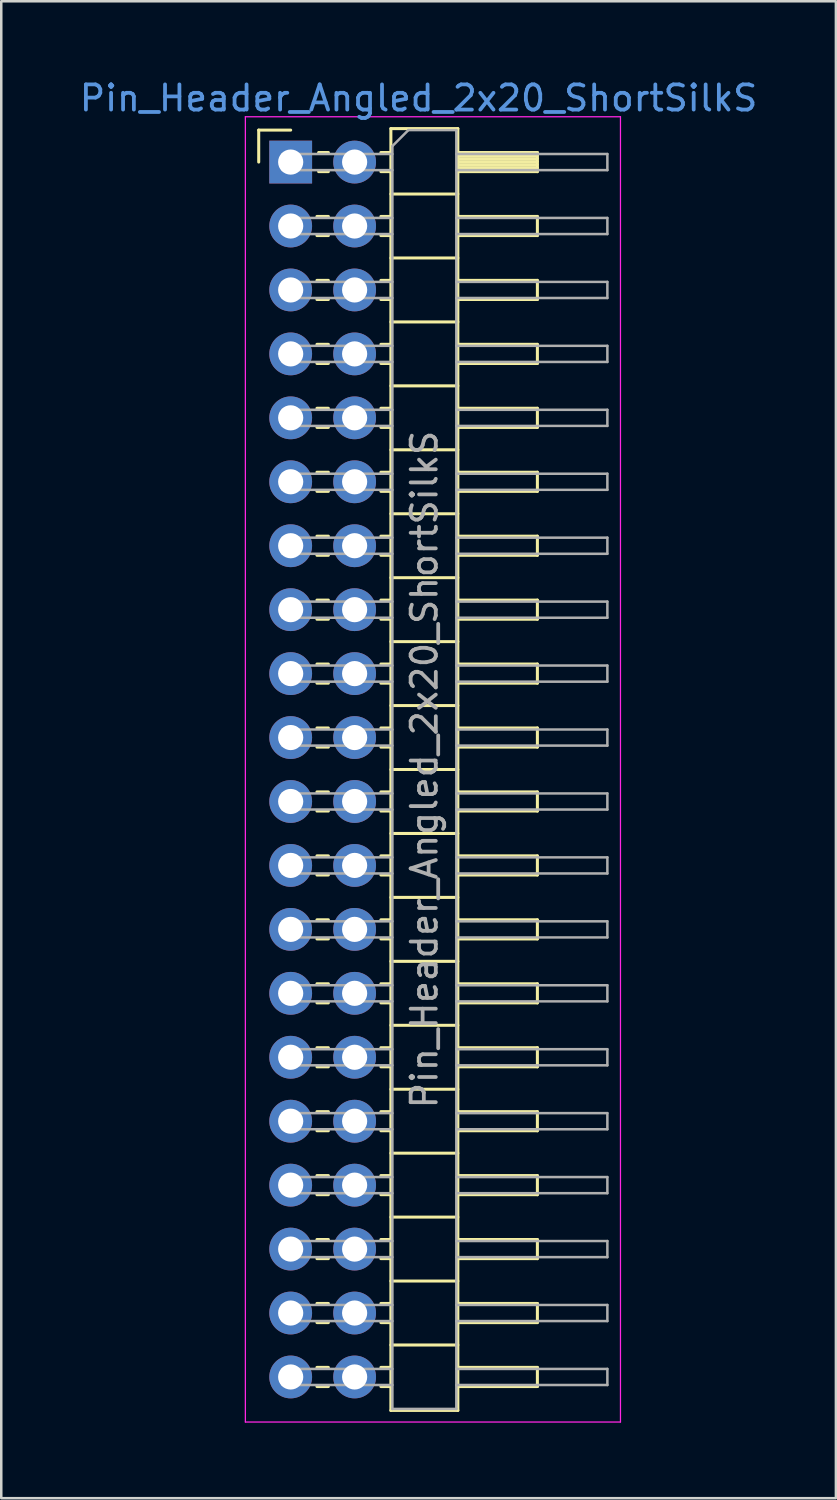
<source format=kicad_pcb>
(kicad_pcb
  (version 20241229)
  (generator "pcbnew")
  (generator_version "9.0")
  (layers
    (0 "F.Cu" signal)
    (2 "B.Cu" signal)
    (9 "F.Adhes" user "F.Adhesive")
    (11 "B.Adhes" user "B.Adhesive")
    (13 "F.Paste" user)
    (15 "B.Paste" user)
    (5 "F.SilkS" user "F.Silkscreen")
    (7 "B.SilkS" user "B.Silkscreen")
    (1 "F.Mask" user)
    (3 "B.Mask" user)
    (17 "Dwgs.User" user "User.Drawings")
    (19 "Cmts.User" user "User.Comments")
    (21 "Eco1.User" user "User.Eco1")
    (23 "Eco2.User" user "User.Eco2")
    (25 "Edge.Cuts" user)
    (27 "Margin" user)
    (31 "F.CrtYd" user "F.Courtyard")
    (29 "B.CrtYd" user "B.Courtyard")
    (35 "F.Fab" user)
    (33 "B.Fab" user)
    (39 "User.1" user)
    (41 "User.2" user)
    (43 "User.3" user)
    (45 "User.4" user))
  (footprint "Pin_Header_Angled_2x20_ShortSilkS"
    (layer "F.Cu")
    (at 8.497 3.388)
    (property "Reference" "Pin_Header_Angled_2x20_ShortSilkS" (at 5.08 -2.54 0) (layer "Cmts.User") (effects (font (size 1 1) (thickness 0.15))))
    (attr through_hole)
    (fp_line (start -1.27 -1.27) (end 0 -1.27) (stroke (width 0.12) (type solid)) (layer "F.SilkS"))
    (fp_line (start -1.27 0) (end -1.27 -1.27) (stroke (width 0.12) (type solid)) (layer "F.SilkS"))
    (fp_line (start 1.043 2.16) (end 1.497 2.16) (stroke (width 0.12) (type solid)) (layer "F.SilkS"))
    (fp_line (start 1.043 2.92) (end 1.497 2.92) (stroke (width 0.12) (type solid)) (layer "F.SilkS"))
    (fp_line (start 1.043 4.7) (end 1.497 4.7) (stroke (width 0.12) (type solid)) (layer "F.SilkS"))
    (fp_line (start 1.043 5.46) (end 1.497 5.46) (stroke (width 0.12) (type solid)) (layer "F.SilkS"))
    (fp_line (start 1.043 7.24) (end 1.497 7.24) (stroke (width 0.12) (type solid)) (layer "F.SilkS"))
    (fp_line (start 1.043 8) (end 1.497 8) (stroke (width 0.12) (type solid)) (layer "F.SilkS"))
    (fp_line (start 1.043 9.78) (end 1.497 9.78) (stroke (width 0.12) (type solid)) (layer "F.SilkS"))
    (fp_line (start 1.043 10.54) (end 1.497 10.54) (stroke (width 0.12) (type solid)) (layer "F.SilkS"))
    (fp_line (start 1.043 12.32) (end 1.497 12.32) (stroke (width 0.12) (type solid)) (layer "F.SilkS"))
    (fp_line (start 1.043 13.08) (end 1.497 13.08) (stroke (width 0.12) (type solid)) (layer "F.SilkS"))
    (fp_line (start 1.043 14.86) (end 1.497 14.86) (stroke (width 0.12) (type solid)) (layer "F.SilkS"))
    (fp_line (start 1.043 15.62) (end 1.497 15.62) (stroke (width 0.12) (type solid)) (layer "F.SilkS"))
    (fp_line (start 1.043 17.4) (end 1.497 17.4) (stroke (width 0.12) (type solid)) (layer "F.SilkS"))
    (fp_line (start 1.043 18.16) (end 1.497 18.16) (stroke (width 0.12) (type solid)) (layer "F.SilkS"))
    (fp_line (start 1.043 19.94) (end 1.497 19.94) (stroke (width 0.12) (type solid)) (layer "F.SilkS"))
    (fp_line (start 1.043 20.7) (end 1.497 20.7) (stroke (width 0.12) (type solid)) (layer "F.SilkS"))
    (fp_line (start 1.043 22.48) (end 1.497 22.48) (stroke (width 0.12) (type solid)) (layer "F.SilkS"))
    (fp_line (start 1.043 23.24) (end 1.497 23.24) (stroke (width 0.12) (type solid)) (layer "F.SilkS"))
    (fp_line (start 1.043 25.02) (end 1.497 25.02) (stroke (width 0.12) (type solid)) (layer "F.SilkS"))
    (fp_line (start 1.043 25.78) (end 1.497 25.78) (stroke (width 0.12) (type solid)) (layer "F.SilkS"))
    (fp_line (start 1.043 27.56) (end 1.497 27.56) (stroke (width 0.12) (type solid)) (layer "F.SilkS"))
    (fp_line (start 1.043 28.32) (end 1.497 28.32) (stroke (width 0.12) (type solid)) (layer "F.SilkS"))
    (fp_line (start 1.043 30.1) (end 1.497 30.1) (stroke (width 0.12) (type solid)) (layer "F.SilkS"))
    (fp_line (start 1.043 30.86) (end 1.497 30.86) (stroke (width 0.12) (type solid)) (layer "F.SilkS"))
    (fp_line (start 1.043 32.64) (end 1.497 32.64) (stroke (width 0.12) (type solid)) (layer "F.SilkS"))
    (fp_line (start 1.043 33.4) (end 1.497 33.4) (stroke (width 0.12) (type solid)) (layer "F.SilkS"))
    (fp_line (start 1.043 35.18) (end 1.497 35.18) (stroke (width 0.12) (type solid)) (layer "F.SilkS"))
    (fp_line (start 1.043 35.94) (end 1.497 35.94) (stroke (width 0.12) (type solid)) (layer "F.SilkS"))
    (fp_line (start 1.043 37.72) (end 1.497 37.72) (stroke (width 0.12) (type solid)) (layer "F.SilkS"))
    (fp_line (start 1.043 38.48) (end 1.497 38.48) (stroke (width 0.12) (type solid)) (layer "F.SilkS"))
    (fp_line (start 1.043 40.26) (end 1.497 40.26) (stroke (width 0.12) (type solid)) (layer "F.SilkS"))
    (fp_line (start 1.043 41.02) (end 1.497 41.02) (stroke (width 0.12) (type solid)) (layer "F.SilkS"))
    (fp_line (start 1.043 42.8) (end 1.497 42.8) (stroke (width 0.12) (type solid)) (layer "F.SilkS"))
    (fp_line (start 1.043 43.56) (end 1.497 43.56) (stroke (width 0.12) (type solid)) (layer "F.SilkS"))
    (fp_line (start 1.043 45.34) (end 1.497 45.34) (stroke (width 0.12) (type solid)) (layer "F.SilkS"))
    (fp_line (start 1.043 46.1) (end 1.497 46.1) (stroke (width 0.12) (type solid)) (layer "F.SilkS"))
    (fp_line (start 1.043 47.88) (end 1.497 47.88) (stroke (width 0.12) (type solid)) (layer "F.SilkS"))
    (fp_line (start 1.043 48.64) (end 1.497 48.64) (stroke (width 0.12) (type solid)) (layer "F.SilkS"))
    (fp_line (start 1.11 -0.38) (end 1.497 -0.38) (stroke (width 0.12) (type solid)) (layer "F.SilkS"))
    (fp_line (start 1.11 0.38) (end 1.497 0.38) (stroke (width 0.12) (type solid)) (layer "F.SilkS"))
    (fp_line (start 3.583 -0.38) (end 3.98 -0.38) (stroke (width 0.12) (type solid)) (layer "F.SilkS"))
    (fp_line (start 3.583 0.38) (end 3.98 0.38) (stroke (width 0.12) (type solid)) (layer "F.SilkS"))
    (fp_line (start 3.583 2.16) (end 3.98 2.16) (stroke (width 0.12) (type solid)) (layer "F.SilkS"))
    (fp_line (start 3.583 2.92) (end 3.98 2.92) (stroke (width 0.12) (type solid)) (layer "F.SilkS"))
    (fp_line (start 3.583 4.7) (end 3.98 4.7) (stroke (width 0.12) (type solid)) (layer "F.SilkS"))
    (fp_line (start 3.583 5.46) (end 3.98 5.46) (stroke (width 0.12) (type solid)) (layer "F.SilkS"))
    (fp_line (start 3.583 7.24) (end 3.98 7.24) (stroke (width 0.12) (type solid)) (layer "F.SilkS"))
    (fp_line (start 3.583 8) (end 3.98 8) (stroke (width 0.12) (type solid)) (layer "F.SilkS"))
    (fp_line (start 3.583 9.78) (end 3.98 9.78) (stroke (width 0.12) (type solid)) (layer "F.SilkS"))
    (fp_line (start 3.583 10.54) (end 3.98 10.54) (stroke (width 0.12) (type solid)) (layer "F.SilkS"))
    (fp_line (start 3.583 12.32) (end 3.98 12.32) (stroke (width 0.12) (type solid)) (layer "F.SilkS"))
    (fp_line (start 3.583 13.08) (end 3.98 13.08) (stroke (width 0.12) (type solid)) (layer "F.SilkS"))
    (fp_line (start 3.583 14.86) (end 3.98 14.86) (stroke (width 0.12) (type solid)) (layer "F.SilkS"))
    (fp_line (start 3.583 15.62) (end 3.98 15.62) (stroke (width 0.12) (type solid)) (layer "F.SilkS"))
    (fp_line (start 3.583 17.4) (end 3.98 17.4) (stroke (width 0.12) (type solid)) (layer "F.SilkS"))
    (fp_line (start 3.583 18.16) (end 3.98 18.16) (stroke (width 0.12) (type solid)) (layer "F.SilkS"))
    (fp_line (start 3.583 19.94) (end 3.98 19.94) (stroke (width 0.12) (type solid)) (layer "F.SilkS"))
    (fp_line (start 3.583 20.7) (end 3.98 20.7) (stroke (width 0.12) (type solid)) (layer "F.SilkS"))
    (fp_line (start 3.583 22.48) (end 3.98 22.48) (stroke (width 0.12) (type solid)) (layer "F.SilkS"))
    (fp_line (start 3.583 23.24) (end 3.98 23.24) (stroke (width 0.12) (type solid)) (layer "F.SilkS"))
    (fp_line (start 3.583 25.02) (end 3.98 25.02) (stroke (width 0.12) (type solid)) (layer "F.SilkS"))
    (fp_line (start 3.583 25.78) (end 3.98 25.78) (stroke (width 0.12) (type solid)) (layer "F.SilkS"))
    (fp_line (start 3.583 27.56) (end 3.98 27.56) (stroke (width 0.12) (type solid)) (layer "F.SilkS"))
    (fp_line (start 3.583 28.32) (end 3.98 28.32) (stroke (width 0.12) (type solid)) (layer "F.SilkS"))
    (fp_line (start 3.583 30.1) (end 3.98 30.1) (stroke (width 0.12) (type solid)) (layer "F.SilkS"))
    (fp_line (start 3.583 30.86) (end 3.98 30.86) (stroke (width 0.12) (type solid)) (layer "F.SilkS"))
    (fp_line (start 3.583 32.64) (end 3.98 32.64) (stroke (width 0.12) (type solid)) (layer "F.SilkS"))
    (fp_line (start 3.583 33.4) (end 3.98 33.4) (stroke (width 0.12) (type solid)) (layer "F.SilkS"))
    (fp_line (start 3.583 35.18) (end 3.98 35.18) (stroke (width 0.12) (type solid)) (layer "F.SilkS"))
    (fp_line (start 3.583 35.94) (end 3.98 35.94) (stroke (width 0.12) (type solid)) (layer "F.SilkS"))
    (fp_line (start 3.583 37.72) (end 3.98 37.72) (stroke (width 0.12) (type solid)) (layer "F.SilkS"))
    (fp_line (start 3.583 38.48) (end 3.98 38.48) (stroke (width 0.12) (type solid)) (layer "F.SilkS"))
    (fp_line (start 3.583 40.26) (end 3.98 40.26) (stroke (width 0.12) (type solid)) (layer "F.SilkS"))
    (fp_line (start 3.583 41.02) (end 3.98 41.02) (stroke (width 0.12) (type solid)) (layer "F.SilkS"))
    (fp_line (start 3.583 42.8) (end 3.98 42.8) (stroke (width 0.12) (type solid)) (layer "F.SilkS"))
    (fp_line (start 3.583 43.56) (end 3.98 43.56) (stroke (width 0.12) (type solid)) (layer "F.SilkS"))
    (fp_line (start 3.583 45.34) (end 3.98 45.34) (stroke (width 0.12) (type solid)) (layer "F.SilkS"))
    (fp_line (start 3.583 46.1) (end 3.98 46.1) (stroke (width 0.12) (type solid)) (layer "F.SilkS"))
    (fp_line (start 3.583 47.88) (end 3.98 47.88) (stroke (width 0.12) (type solid)) (layer "F.SilkS"))
    (fp_line (start 3.583 48.64) (end 3.98 48.64) (stroke (width 0.12) (type solid)) (layer "F.SilkS"))
    (fp_line (start 3.98 -1.33) (end 3.98 49.59) (stroke (width 0.12) (type solid)) (layer "F.SilkS"))
    (fp_line (start 3.98 1.27) (end 6.64 1.27) (stroke (width 0.12) (type solid)) (layer "F.SilkS"))
    (fp_line (start 3.98 3.81) (end 6.64 3.81) (stroke (width 0.12) (type solid)) (layer "F.SilkS"))
    (fp_line (start 3.98 6.35) (end 6.64 6.35) (stroke (width 0.12) (type solid)) (layer "F.SilkS"))
    (fp_line (start 3.98 8.89) (end 6.64 8.89) (stroke (width 0.12) (type solid)) (layer "F.SilkS"))
    (fp_line (start 3.98 11.43) (end 6.64 11.43) (stroke (width 0.12) (type solid)) (layer "F.SilkS"))
    (fp_line (start 3.98 13.97) (end 6.64 13.97) (stroke (width 0.12) (type solid)) (layer "F.SilkS"))
    (fp_line (start 3.98 16.51) (end 6.64 16.51) (stroke (width 0.12) (type solid)) (layer "F.SilkS"))
    (fp_line (start 3.98 19.05) (end 6.64 19.05) (stroke (width 0.12) (type solid)) (layer "F.SilkS"))
    (fp_line (start 3.98 21.59) (end 6.64 21.59) (stroke (width 0.12) (type solid)) (layer "F.SilkS"))
    (fp_line (start 3.98 24.13) (end 6.64 24.13) (stroke (width 0.12) (type solid)) (layer "F.SilkS"))
    (fp_line (start 3.98 26.67) (end 6.64 26.67) (stroke (width 0.12) (type solid)) (layer "F.SilkS"))
    (fp_line (start 3.98 29.21) (end 6.64 29.21) (stroke (width 0.12) (type solid)) (layer "F.SilkS"))
    (fp_line (start 3.98 31.75) (end 6.64 31.75) (stroke (width 0.12) (type solid)) (layer "F.SilkS"))
    (fp_line (start 3.98 34.29) (end 6.64 34.29) (stroke (width 0.12) (type solid)) (layer "F.SilkS"))
    (fp_line (start 3.98 36.83) (end 6.64 36.83) (stroke (width 0.12) (type solid)) (layer "F.SilkS"))
    (fp_line (start 3.98 39.37) (end 6.64 39.37) (stroke (width 0.12) (type solid)) (layer "F.SilkS"))
    (fp_line (start 3.98 41.91) (end 6.64 41.91) (stroke (width 0.12) (type solid)) (layer "F.SilkS"))
    (fp_line (start 3.98 44.45) (end 6.64 44.45) (stroke (width 0.12) (type solid)) (layer "F.SilkS"))
    (fp_line (start 3.98 46.99) (end 6.64 46.99) (stroke (width 0.12) (type solid)) (layer "F.SilkS"))
    (fp_line (start 3.98 49.59) (end 6.64 49.59) (stroke (width 0.12) (type solid)) (layer "F.SilkS"))
    (fp_line (start 6.64 -1.33) (end 3.98 -1.33) (stroke (width 0.12) (type solid)) (layer "F.SilkS"))
    (fp_line (start 6.64 -0.38) (end 9.8 -0.38) (stroke (width 0.12) (type solid)) (layer "F.SilkS"))
    (fp_line (start 6.64 -0.26) (end 9.8 -0.26) (stroke (width 0.12) (type solid)) (layer "F.SilkS"))
    (fp_line (start 6.64 -0.14) (end 9.8 -0.14) (stroke (width 0.12) (type solid)) (layer "F.SilkS"))
    (fp_line (start 6.64 -0.02) (end 9.8 -0.02) (stroke (width 0.12) (type solid)) (layer "F.SilkS"))
    (fp_line (start 6.64 0.1) (end 9.8 0.1) (stroke (width 0.12) (type solid)) (layer "F.SilkS"))
    (fp_line (start 6.64 0.22) (end 9.8 0.22) (stroke (width 0.12) (type solid)) (layer "F.SilkS"))
    (fp_line (start 6.64 0.34) (end 9.8 0.34) (stroke (width 0.12) (type solid)) (layer "F.SilkS"))
    (fp_line (start 6.64 2.16) (end 9.8 2.16) (stroke (width 0.12) (type solid)) (layer "F.SilkS"))
    (fp_line (start 6.64 4.7) (end 9.8 4.7) (stroke (width 0.12) (type solid)) (layer "F.SilkS"))
    (fp_line (start 6.64 7.24) (end 9.8 7.24) (stroke (width 0.12) (type solid)) (layer "F.SilkS"))
    (fp_line (start 6.64 9.78) (end 9.8 9.78) (stroke (width 0.12) (type solid)) (layer "F.SilkS"))
    (fp_line (start 6.64 12.32) (end 9.8 12.32) (stroke (width 0.12) (type solid)) (layer "F.SilkS"))
    (fp_line (start 6.64 14.86) (end 9.8 14.86) (stroke (width 0.12) (type solid)) (layer "F.SilkS"))
    (fp_line (start 6.64 17.4) (end 9.8 17.4) (stroke (width 0.12) (type solid)) (layer "F.SilkS"))
    (fp_line (start 6.64 19.94) (end 9.8 19.94) (stroke (width 0.12) (type solid)) (layer "F.SilkS"))
    (fp_line (start 6.64 22.48) (end 9.8 22.48) (stroke (width 0.12) (type solid)) (layer "F.SilkS"))
    (fp_line (start 6.64 25.02) (end 9.8 25.02) (stroke (width 0.12) (type solid)) (layer "F.SilkS"))
    (fp_line (start 6.64 27.56) (end 9.8 27.56) (stroke (width 0.12) (type solid)) (layer "F.SilkS"))
    (fp_line (start 6.64 30.1) (end 9.8 30.1) (stroke (width 0.12) (type solid)) (layer "F.SilkS"))
    (fp_line (start 6.64 32.64) (end 9.8 32.64) (stroke (width 0.12) (type solid)) (layer "F.SilkS"))
    (fp_line (start 6.64 35.18) (end 9.8 35.18) (stroke (width 0.12) (type solid)) (layer "F.SilkS"))
    (fp_line (start 6.64 37.72) (end 9.8 37.72) (stroke (width 0.12) (type solid)) (layer "F.SilkS"))
    (fp_line (start 6.64 40.26) (end 9.8 40.26) (stroke (width 0.12) (type solid)) (layer "F.SilkS"))
    (fp_line (start 6.64 42.8) (end 9.8 42.8) (stroke (width 0.12) (type solid)) (layer "F.SilkS"))
    (fp_line (start 6.64 45.34) (end 9.8 45.34) (stroke (width 0.12) (type solid)) (layer "F.SilkS"))
    (fp_line (start 6.64 47.88) (end 9.8 47.88) (stroke (width 0.12) (type solid)) (layer "F.SilkS"))
    (fp_line (start 6.64 49.59) (end 6.64 -1.33) (stroke (width 0.12) (type solid)) (layer "F.SilkS"))
    (fp_line (start 9.8 -0.38) (end 9.8 0.38) (stroke (width 0.12) (type solid)) (layer "F.SilkS"))
    (fp_line (start 9.8 0.38) (end 6.64 0.38) (stroke (width 0.12) (type solid)) (layer "F.SilkS"))
    (fp_line (start 9.8 2.16) (end 9.8 2.92) (stroke (width 0.12) (type solid)) (layer "F.SilkS"))
    (fp_line (start 9.8 2.92) (end 6.64 2.92) (stroke (width 0.12) (type solid)) (layer "F.SilkS"))
    (fp_line (start 9.8 4.7) (end 9.8 5.46) (stroke (width 0.12) (type solid)) (layer "F.SilkS"))
    (fp_line (start 9.8 5.46) (end 6.64 5.46) (stroke (width 0.12) (type solid)) (layer "F.SilkS"))
    (fp_line (start 9.8 7.24) (end 9.8 8) (stroke (width 0.12) (type solid)) (layer "F.SilkS"))
    (fp_line (start 9.8 8) (end 6.64 8) (stroke (width 0.12) (type solid)) (layer "F.SilkS"))
    (fp_line (start 9.8 9.78) (end 9.8 10.54) (stroke (width 0.12) (type solid)) (layer "F.SilkS"))
    (fp_line (start 9.8 10.54) (end 6.64 10.54) (stroke (width 0.12) (type solid)) (layer "F.SilkS"))
    (fp_line (start 9.8 12.32) (end 9.8 13.08) (stroke (width 0.12) (type solid)) (layer "F.SilkS"))
    (fp_line (start 9.8 13.08) (end 6.64 13.08) (stroke (width 0.12) (type solid)) (layer "F.SilkS"))
    (fp_line (start 9.8 14.86) (end 9.8 15.62) (stroke (width 0.12) (type solid)) (layer "F.SilkS"))
    (fp_line (start 9.8 15.62) (end 6.64 15.62) (stroke (width 0.12) (type solid)) (layer "F.SilkS"))
    (fp_line (start 9.8 17.4) (end 9.8 18.16) (stroke (width 0.12) (type solid)) (layer "F.SilkS"))
    (fp_line (start 9.8 18.16) (end 6.64 18.16) (stroke (width 0.12) (type solid)) (layer "F.SilkS"))
    (fp_line (start 9.8 19.94) (end 9.8 20.7) (stroke (width 0.12) (type solid)) (layer "F.SilkS"))
    (fp_line (start 9.8 20.7) (end 6.64 20.7) (stroke (width 0.12) (type solid)) (layer "F.SilkS"))
    (fp_line (start 9.8 22.48) (end 9.8 23.24) (stroke (width 0.12) (type solid)) (layer "F.SilkS"))
    (fp_line (start 9.8 23.24) (end 6.64 23.24) (stroke (width 0.12) (type solid)) (layer "F.SilkS"))
    (fp_line (start 9.8 25.02) (end 9.8 25.78) (stroke (width 0.12) (type solid)) (layer "F.SilkS"))
    (fp_line (start 9.8 25.78) (end 6.64 25.78) (stroke (width 0.12) (type solid)) (layer "F.SilkS"))
    (fp_line (start 9.8 27.56) (end 9.8 28.32) (stroke (width 0.12) (type solid)) (layer "F.SilkS"))
    (fp_line (start 9.8 28.32) (end 6.64 28.32) (stroke (width 0.12) (type solid)) (layer "F.SilkS"))
    (fp_line (start 9.8 30.1) (end 9.8 30.86) (stroke (width 0.12) (type solid)) (layer "F.SilkS"))
    (fp_line (start 9.8 30.86) (end 6.64 30.86) (stroke (width 0.12) (type solid)) (layer "F.SilkS"))
    (fp_line (start 9.8 32.64) (end 9.8 33.4) (stroke (width 0.12) (type solid)) (layer "F.SilkS"))
    (fp_line (start 9.8 33.4) (end 6.64 33.4) (stroke (width 0.12) (type solid)) (layer "F.SilkS"))
    (fp_line (start 9.8 35.18) (end 9.8 35.94) (stroke (width 0.12) (type solid)) (layer "F.SilkS"))
    (fp_line (start 9.8 35.94) (end 6.64 35.94) (stroke (width 0.12) (type solid)) (layer "F.SilkS"))
    (fp_line (start 9.8 37.72) (end 9.8 38.48) (stroke (width 0.12) (type solid)) (layer "F.SilkS"))
    (fp_line (start 9.8 38.48) (end 6.64 38.48) (stroke (width 0.12) (type solid)) (layer "F.SilkS"))
    (fp_line (start 9.8 40.26) (end 9.8 41.02) (stroke (width 0.12) (type solid)) (layer "F.SilkS"))
    (fp_line (start 9.8 41.02) (end 6.64 41.02) (stroke (width 0.12) (type solid)) (layer "F.SilkS"))
    (fp_line (start 9.8 42.8) (end 9.8 43.56) (stroke (width 0.12) (type solid)) (layer "F.SilkS"))
    (fp_line (start 9.8 43.56) (end 6.64 43.56) (stroke (width 0.12) (type solid)) (layer "F.SilkS"))
    (fp_line (start 9.8 45.34) (end 9.8 46.1) (stroke (width 0.12) (type solid)) (layer "F.SilkS"))
    (fp_line (start 9.8 46.1) (end 6.64 46.1) (stroke (width 0.12) (type solid)) (layer "F.SilkS"))
    (fp_line (start 9.8 47.88) (end 9.8 48.64) (stroke (width 0.12) (type solid)) (layer "F.SilkS"))
    (fp_line (start 9.8 48.64) (end 6.64 48.64) (stroke (width 0.12) (type solid)) (layer "F.SilkS"))
    (fp_line (start -1.8 -1.8) (end -1.8 50.05) (stroke (width 0.05) (type solid)) (layer "F.CrtYd"))
    (fp_line (start -1.8 50.05) (end 13.1 50.05) (stroke (width 0.05) (type solid)) (layer "F.CrtYd"))
    (fp_line (start 13.1 -1.8) (end -1.8 -1.8) (stroke (width 0.05) (type solid)) (layer "F.CrtYd"))
    (fp_line (start 13.1 50.05) (end 13.1 -1.8) (stroke (width 0.05) (type solid)) (layer "F.CrtYd"))
    (fp_line (start -0.32 -0.32) (end -0.32 0.32) (stroke (width 0.1) (type solid)) (layer "F.Fab"))
    (fp_line (start -0.32 -0.32) (end 4.04 -0.32) (stroke (width 0.1) (type solid)) (layer "F.Fab"))
    (fp_line (start -0.32 0.32) (end 4.04 0.32) (stroke (width 0.1) (type solid)) (layer "F.Fab"))
    (fp_line (start -0.32 2.22) (end -0.32 2.86) (stroke (width 0.1) (type solid)) (layer "F.Fab"))
    (fp_line (start -0.32 2.22) (end 4.04 2.22) (stroke (width 0.1) (type solid)) (layer "F.Fab"))
    (fp_line (start -0.32 2.86) (end 4.04 2.86) (stroke (width 0.1) (type solid)) (layer "F.Fab"))
    (fp_line (start -0.32 4.76) (end -0.32 5.4) (stroke (width 0.1) (type solid)) (layer "F.Fab"))
    (fp_line (start -0.32 4.76) (end 4.04 4.76) (stroke (width 0.1) (type solid)) (layer "F.Fab"))
    (fp_line (start -0.32 5.4) (end 4.04 5.4) (stroke (width 0.1) (type solid)) (layer "F.Fab"))
    (fp_line (start -0.32 7.3) (end -0.32 7.94) (stroke (width 0.1) (type solid)) (layer "F.Fab"))
    (fp_line (start -0.32 7.3) (end 4.04 7.3) (stroke (width 0.1) (type solid)) (layer "F.Fab"))
    (fp_line (start -0.32 7.94) (end 4.04 7.94) (stroke (width 0.1) (type solid)) (layer "F.Fab"))
    (fp_line (start -0.32 9.84) (end -0.32 10.48) (stroke (width 0.1) (type solid)) (layer "F.Fab"))
    (fp_line (start -0.32 9.84) (end 4.04 9.84) (stroke (width 0.1) (type solid)) (layer "F.Fab"))
    (fp_line (start -0.32 10.48) (end 4.04 10.48) (stroke (width 0.1) (type solid)) (layer "F.Fab"))
    (fp_line (start -0.32 12.38) (end -0.32 13.02) (stroke (width 0.1) (type solid)) (layer "F.Fab"))
    (fp_line (start -0.32 12.38) (end 4.04 12.38) (stroke (width 0.1) (type solid)) (layer "F.Fab"))
    (fp_line (start -0.32 13.02) (end 4.04 13.02) (stroke (width 0.1) (type solid)) (layer "F.Fab"))
    (fp_line (start -0.32 14.92) (end -0.32 15.56) (stroke (width 0.1) (type solid)) (layer "F.Fab"))
    (fp_line (start -0.32 14.92) (end 4.04 14.92) (stroke (width 0.1) (type solid)) (layer "F.Fab"))
    (fp_line (start -0.32 15.56) (end 4.04 15.56) (stroke (width 0.1) (type solid)) (layer "F.Fab"))
    (fp_line (start -0.32 17.46) (end -0.32 18.1) (stroke (width 0.1) (type solid)) (layer "F.Fab"))
    (fp_line (start -0.32 17.46) (end 4.04 17.46) (stroke (width 0.1) (type solid)) (layer "F.Fab"))
    (fp_line (start -0.32 18.1) (end 4.04 18.1) (stroke (width 0.1) (type solid)) (layer "F.Fab"))
    (fp_line (start -0.32 20) (end -0.32 20.64) (stroke (width 0.1) (type solid)) (layer "F.Fab"))
    (fp_line (start -0.32 20) (end 4.04 20) (stroke (width 0.1) (type solid)) (layer "F.Fab"))
    (fp_line (start -0.32 20.64) (end 4.04 20.64) (stroke (width 0.1) (type solid)) (layer "F.Fab"))
    (fp_line (start -0.32 22.54) (end -0.32 23.18) (stroke (width 0.1) (type solid)) (layer "F.Fab"))
    (fp_line (start -0.32 22.54) (end 4.04 22.54) (stroke (width 0.1) (type solid)) (layer "F.Fab"))
    (fp_line (start -0.32 23.18) (end 4.04 23.18) (stroke (width 0.1) (type solid)) (layer "F.Fab"))
    (fp_line (start -0.32 25.08) (end -0.32 25.72) (stroke (width 0.1) (type solid)) (layer "F.Fab"))
    (fp_line (start -0.32 25.08) (end 4.04 25.08) (stroke (width 0.1) (type solid)) (layer "F.Fab"))
    (fp_line (start -0.32 25.72) (end 4.04 25.72) (stroke (width 0.1) (type solid)) (layer "F.Fab"))
    (fp_line (start -0.32 27.62) (end -0.32 28.26) (stroke (width 0.1) (type solid)) (layer "F.Fab"))
    (fp_line (start -0.32 27.62) (end 4.04 27.62) (stroke (width 0.1) (type solid)) (layer "F.Fab"))
    (fp_line (start -0.32 28.26) (end 4.04 28.26) (stroke (width 0.1) (type solid)) (layer "F.Fab"))
    (fp_line (start -0.32 30.16) (end -0.32 30.8) (stroke (width 0.1) (type solid)) (layer "F.Fab"))
    (fp_line (start -0.32 30.16) (end 4.04 30.16) (stroke (width 0.1) (type solid)) (layer "F.Fab"))
    (fp_line (start -0.32 30.8) (end 4.04 30.8) (stroke (width 0.1) (type solid)) (layer "F.Fab"))
    (fp_line (start -0.32 32.7) (end -0.32 33.34) (stroke (width 0.1) (type solid)) (layer "F.Fab"))
    (fp_line (start -0.32 32.7) (end 4.04 32.7) (stroke (width 0.1) (type solid)) (layer "F.Fab"))
    (fp_line (start -0.32 33.34) (end 4.04 33.34) (stroke (width 0.1) (type solid)) (layer "F.Fab"))
    (fp_line (start -0.32 35.24) (end -0.32 35.88) (stroke (width 0.1) (type solid)) (layer "F.Fab"))
    (fp_line (start -0.32 35.24) (end 4.04 35.24) (stroke (width 0.1) (type solid)) (layer "F.Fab"))
    (fp_line (start -0.32 35.88) (end 4.04 35.88) (stroke (width 0.1) (type solid)) (layer "F.Fab"))
    (fp_line (start -0.32 37.78) (end -0.32 38.42) (stroke (width 0.1) (type solid)) (layer "F.Fab"))
    (fp_line (start -0.32 37.78) (end 4.04 37.78) (stroke (width 0.1) (type solid)) (layer "F.Fab"))
    (fp_line (start -0.32 38.42) (end 4.04 38.42) (stroke (width 0.1) (type solid)) (layer "F.Fab"))
    (fp_line (start -0.32 40.32) (end -0.32 40.96) (stroke (width 0.1) (type solid)) (layer "F.Fab"))
    (fp_line (start -0.32 40.32) (end 4.04 40.32) (stroke (width 0.1) (type solid)) (layer "F.Fab"))
    (fp_line (start -0.32 40.96) (end 4.04 40.96) (stroke (width 0.1) (type solid)) (layer "F.Fab"))
    (fp_line (start -0.32 42.86) (end -0.32 43.5) (stroke (width 0.1) (type solid)) (layer "F.Fab"))
    (fp_line (start -0.32 42.86) (end 4.04 42.86) (stroke (width 0.1) (type solid)) (layer "F.Fab"))
    (fp_line (start -0.32 43.5) (end 4.04 43.5) (stroke (width 0.1) (type solid)) (layer "F.Fab"))
    (fp_line (start -0.32 45.4) (end -0.32 46.04) (stroke (width 0.1) (type solid)) (layer "F.Fab"))
    (fp_line (start -0.32 45.4) (end 4.04 45.4) (stroke (width 0.1) (type solid)) (layer "F.Fab"))
    (fp_line (start -0.32 46.04) (end 4.04 46.04) (stroke (width 0.1) (type solid)) (layer "F.Fab"))
    (fp_line (start -0.32 47.94) (end -0.32 48.58) (stroke (width 0.1) (type solid)) (layer "F.Fab"))
    (fp_line (start -0.32 47.94) (end 4.04 47.94) (stroke (width 0.1) (type solid)) (layer "F.Fab"))
    (fp_line (start -0.32 48.58) (end 4.04 48.58) (stroke (width 0.1) (type solid)) (layer "F.Fab"))
    (fp_line (start 4.04 -0.635) (end 4.675 -1.27) (stroke (width 0.1) (type solid)) (layer "F.Fab"))
    (fp_line (start 4.04 49.53) (end 4.04 -0.635) (stroke (width 0.1) (type solid)) (layer "F.Fab"))
    (fp_line (start 4.675 -1.27) (end 6.58 -1.27) (stroke (width 0.1) (type solid)) (layer "F.Fab"))
    (fp_line (start 6.58 -1.27) (end 6.58 49.53) (stroke (width 0.1) (type solid)) (layer "F.Fab"))
    (fp_line (start 6.58 -0.32) (end 12.58 -0.32) (stroke (width 0.1) (type solid)) (layer "F.Fab"))
    (fp_line (start 6.58 0.32) (end 12.58 0.32) (stroke (width 0.1) (type solid)) (layer "F.Fab"))
    (fp_line (start 6.58 2.22) (end 12.58 2.22) (stroke (width 0.1) (type solid)) (layer "F.Fab"))
    (fp_line (start 6.58 2.86) (end 12.58 2.86) (stroke (width 0.1) (type solid)) (layer "F.Fab"))
    (fp_line (start 6.58 4.76) (end 12.58 4.76) (stroke (width 0.1) (type solid)) (layer "F.Fab"))
    (fp_line (start 6.58 5.4) (end 12.58 5.4) (stroke (width 0.1) (type solid)) (layer "F.Fab"))
    (fp_line (start 6.58 7.3) (end 12.58 7.3) (stroke (width 0.1) (type solid)) (layer "F.Fab"))
    (fp_line (start 6.58 7.94) (end 12.58 7.94) (stroke (width 0.1) (type solid)) (layer "F.Fab"))
    (fp_line (start 6.58 9.84) (end 12.58 9.84) (stroke (width 0.1) (type solid)) (layer "F.Fab"))
    (fp_line (start 6.58 10.48) (end 12.58 10.48) (stroke (width 0.1) (type solid)) (layer "F.Fab"))
    (fp_line (start 6.58 12.38) (end 12.58 12.38) (stroke (width 0.1) (type solid)) (layer "F.Fab"))
    (fp_line (start 6.58 13.02) (end 12.58 13.02) (stroke (width 0.1) (type solid)) (layer "F.Fab"))
    (fp_line (start 6.58 14.92) (end 12.58 14.92) (stroke (width 0.1) (type solid)) (layer "F.Fab"))
    (fp_line (start 6.58 15.56) (end 12.58 15.56) (stroke (width 0.1) (type solid)) (layer "F.Fab"))
    (fp_line (start 6.58 17.46) (end 12.58 17.46) (stroke (width 0.1) (type solid)) (layer "F.Fab"))
    (fp_line (start 6.58 18.1) (end 12.58 18.1) (stroke (width 0.1) (type solid)) (layer "F.Fab"))
    (fp_line (start 6.58 20) (end 12.58 20) (stroke (width 0.1) (type solid)) (layer "F.Fab"))
    (fp_line (start 6.58 20.64) (end 12.58 20.64) (stroke (width 0.1) (type solid)) (layer "F.Fab"))
    (fp_line (start 6.58 22.54) (end 12.58 22.54) (stroke (width 0.1) (type solid)) (layer "F.Fab"))
    (fp_line (start 6.58 23.18) (end 12.58 23.18) (stroke (width 0.1) (type solid)) (layer "F.Fab"))
    (fp_line (start 6.58 25.08) (end 12.58 25.08) (stroke (width 0.1) (type solid)) (layer "F.Fab"))
    (fp_line (start 6.58 25.72) (end 12.58 25.72) (stroke (width 0.1) (type solid)) (layer "F.Fab"))
    (fp_line (start 6.58 27.62) (end 12.58 27.62) (stroke (width 0.1) (type solid)) (layer "F.Fab"))
    (fp_line (start 6.58 28.26) (end 12.58 28.26) (stroke (width 0.1) (type solid)) (layer "F.Fab"))
    (fp_line (start 6.58 30.16) (end 12.58 30.16) (stroke (width 0.1) (type solid)) (layer "F.Fab"))
    (fp_line (start 6.58 30.8) (end 12.58 30.8) (stroke (width 0.1) (type solid)) (layer "F.Fab"))
    (fp_line (start 6.58 32.7) (end 12.58 32.7) (stroke (width 0.1) (type solid)) (layer "F.Fab"))
    (fp_line (start 6.58 33.34) (end 12.58 33.34) (stroke (width 0.1) (type solid)) (layer "F.Fab"))
    (fp_line (start 6.58 35.24) (end 12.58 35.24) (stroke (width 0.1) (type solid)) (layer "F.Fab"))
    (fp_line (start 6.58 35.88) (end 12.58 35.88) (stroke (width 0.1) (type solid)) (layer "F.Fab"))
    (fp_line (start 6.58 37.78) (end 12.58 37.78) (stroke (width 0.1) (type solid)) (layer "F.Fab"))
    (fp_line (start 6.58 38.42) (end 12.58 38.42) (stroke (width 0.1) (type solid)) (layer "F.Fab"))
    (fp_line (start 6.58 40.32) (end 12.58 40.32) (stroke (width 0.1) (type solid)) (layer "F.Fab"))
    (fp_line (start 6.58 40.96) (end 12.58 40.96) (stroke (width 0.1) (type solid)) (layer "F.Fab"))
    (fp_line (start 6.58 42.86) (end 12.58 42.86) (stroke (width 0.1) (type solid)) (layer "F.Fab"))
    (fp_line (start 6.58 43.5) (end 12.58 43.5) (stroke (width 0.1) (type solid)) (layer "F.Fab"))
    (fp_line (start 6.58 45.4) (end 12.58 45.4) (stroke (width 0.1) (type solid)) (layer "F.Fab"))
    (fp_line (start 6.58 46.04) (end 12.58 46.04) (stroke (width 0.1) (type solid)) (layer "F.Fab"))
    (fp_line (start 6.58 47.94) (end 12.58 47.94) (stroke (width 0.1) (type solid)) (layer "F.Fab"))
    (fp_line (start 6.58 48.58) (end 12.58 48.58) (stroke (width 0.1) (type solid)) (layer "F.Fab"))
    (fp_line (start 6.58 49.53) (end 4.04 49.53) (stroke (width 0.1) (type solid)) (layer "F.Fab"))
    (fp_line (start 12.58 -0.32) (end 12.58 0.32) (stroke (width 0.1) (type solid)) (layer "F.Fab"))
    (fp_line (start 12.58 2.22) (end 12.58 2.86) (stroke (width 0.1) (type solid)) (layer "F.Fab"))
    (fp_line (start 12.58 4.76) (end 12.58 5.4) (stroke (width 0.1) (type solid)) (layer "F.Fab"))
    (fp_line (start 12.58 7.3) (end 12.58 7.94) (stroke (width 0.1) (type solid)) (layer "F.Fab"))
    (fp_line (start 12.58 9.84) (end 12.58 10.48) (stroke (width 0.1) (type solid)) (layer "F.Fab"))
    (fp_line (start 12.58 12.38) (end 12.58 13.02) (stroke (width 0.1) (type solid)) (layer "F.Fab"))
    (fp_line (start 12.58 14.92) (end 12.58 15.56) (stroke (width 0.1) (type solid)) (layer "F.Fab"))
    (fp_line (start 12.58 17.46) (end 12.58 18.1) (stroke (width 0.1) (type solid)) (layer "F.Fab"))
    (fp_line (start 12.58 20) (end 12.58 20.64) (stroke (width 0.1) (type solid)) (layer "F.Fab"))
    (fp_line (start 12.58 22.54) (end 12.58 23.18) (stroke (width 0.1) (type solid)) (layer "F.Fab"))
    (fp_line (start 12.58 25.08) (end 12.58 25.72) (stroke (width 0.1) (type solid)) (layer "F.Fab"))
    (fp_line (start 12.58 27.62) (end 12.58 28.26) (stroke (width 0.1) (type solid)) (layer "F.Fab"))
    (fp_line (start 12.58 30.16) (end 12.58 30.8) (stroke (width 0.1) (type solid)) (layer "F.Fab"))
    (fp_line (start 12.58 32.7) (end 12.58 33.34) (stroke (width 0.1) (type solid)) (layer "F.Fab"))
    (fp_line (start 12.58 35.24) (end 12.58 35.88) (stroke (width 0.1) (type solid)) (layer "F.Fab"))
    (fp_line (start 12.58 37.78) (end 12.58 38.42) (stroke (width 0.1) (type solid)) (layer "F.Fab"))
    (fp_line (start 12.58 40.32) (end 12.58 40.96) (stroke (width 0.1) (type solid)) (layer "F.Fab"))
    (fp_line (start 12.58 42.86) (end 12.58 43.5) (stroke (width 0.1) (type solid)) (layer "F.Fab"))
    (fp_line (start 12.58 45.4) (end 12.58 46.04) (stroke (width 0.1) (type solid)) (layer "F.Fab"))
    (fp_line (start 12.58 47.94) (end 12.58 48.58) (stroke (width 0.1) (type solid)) (layer "F.Fab"))
    (fp_text user "${REFERENCE}" (at 5.31 24.13 90) (layer "F.Fab") (effects (font (size 1 1) (thickness 0.15))))
    (pad "1" thru_hole rect (at 0 0) (size 1.7 1.7) (drill 1) (layers "*.Cu" "*.Mask"))
    (pad "2" thru_hole oval (at 2.54 0) (size 1.7 1.7) (drill 1) (layers "*.Cu" "*.Mask"))
    (pad "3" thru_hole oval (at 0 2.54) (size 1.7 1.7) (drill 1) (layers "*.Cu" "*.Mask"))
    (pad "4" thru_hole oval (at 2.54 2.54) (size 1.7 1.7) (drill 1) (layers "*.Cu" "*.Mask"))
    (pad "5" thru_hole oval (at 0 5.08) (size 1.7 1.7) (drill 1) (layers "*.Cu" "*.Mask"))
    (pad "6" thru_hole oval (at 2.54 5.08) (size 1.7 1.7) (drill 1) (layers "*.Cu" "*.Mask"))
    (pad "7" thru_hole oval (at 0 7.62) (size 1.7 1.7) (drill 1) (layers "*.Cu" "*.Mask"))
    (pad "8" thru_hole oval (at 2.54 7.62) (size 1.7 1.7) (drill 1) (layers "*.Cu" "*.Mask"))
    (pad "9" thru_hole oval (at 0 10.16) (size 1.7 1.7) (drill 1) (layers "*.Cu" "*.Mask"))
    (pad "10" thru_hole oval (at 2.54 10.16) (size 1.7 1.7) (drill 1) (layers "*.Cu" "*.Mask"))
    (pad "11" thru_hole oval (at 0 12.7) (size 1.7 1.7) (drill 1) (layers "*.Cu" "*.Mask"))
    (pad "12" thru_hole oval (at 2.54 12.7) (size 1.7 1.7) (drill 1) (layers "*.Cu" "*.Mask"))
    (pad "13" thru_hole oval (at 0 15.24) (size 1.7 1.7) (drill 1) (layers "*.Cu" "*.Mask"))
    (pad "14" thru_hole oval (at 2.54 15.24) (size 1.7 1.7) (drill 1) (layers "*.Cu" "*.Mask"))
    (pad "15" thru_hole oval (at 0 17.78) (size 1.7 1.7) (drill 1) (layers "*.Cu" "*.Mask"))
    (pad "16" thru_hole oval (at 2.54 17.78) (size 1.7 1.7) (drill 1) (layers "*.Cu" "*.Mask"))
    (pad "17" thru_hole oval (at 0 20.32) (size 1.7 1.7) (drill 1) (layers "*.Cu" "*.Mask"))
    (pad "18" thru_hole oval (at 2.54 20.32) (size 1.7 1.7) (drill 1) (layers "*.Cu" "*.Mask"))
    (pad "19" thru_hole oval (at 0 22.86) (size 1.7 1.7) (drill 1) (layers "*.Cu" "*.Mask"))
    (pad "20" thru_hole oval (at 2.54 22.86) (size 1.7 1.7) (drill 1) (layers "*.Cu" "*.Mask"))
    (pad "21" thru_hole oval (at 0 25.4) (size 1.7 1.7) (drill 1) (layers "*.Cu" "*.Mask"))
    (pad "22" thru_hole oval (at 2.54 25.4) (size 1.7 1.7) (drill 1) (layers "*.Cu" "*.Mask"))
    (pad "23" thru_hole oval (at 0 27.94) (size 1.7 1.7) (drill 1) (layers "*.Cu" "*.Mask"))
    (pad "24" thru_hole oval (at 2.54 27.94) (size 1.7 1.7) (drill 1) (layers "*.Cu" "*.Mask"))
    (pad "25" thru_hole oval (at 0 30.48) (size 1.7 1.7) (drill 1) (layers "*.Cu" "*.Mask"))
    (pad "26" thru_hole oval (at 2.54 30.48) (size 1.7 1.7) (drill 1) (layers "*.Cu" "*.Mask"))
    (pad "27" thru_hole oval (at 0 33.02) (size 1.7 1.7) (drill 1) (layers "*.Cu" "*.Mask"))
    (pad "28" thru_hole oval (at 2.54 33.02) (size 1.7 1.7) (drill 1) (layers "*.Cu" "*.Mask"))
    (pad "29" thru_hole oval (at 0 35.56) (size 1.7 1.7) (drill 1) (layers "*.Cu" "*.Mask"))
    (pad "30" thru_hole oval (at 2.54 35.56) (size 1.7 1.7) (drill 1) (layers "*.Cu" "*.Mask"))
    (pad "31" thru_hole oval (at 0 38.1) (size 1.7 1.7) (drill 1) (layers "*.Cu" "*.Mask"))
    (pad "32" thru_hole oval (at 2.54 38.1) (size 1.7 1.7) (drill 1) (layers "*.Cu" "*.Mask"))
    (pad "33" thru_hole oval (at 0 40.64) (size 1.7 1.7) (drill 1) (layers "*.Cu" "*.Mask"))
    (pad "34" thru_hole oval (at 2.54 40.64) (size 1.7 1.7) (drill 1) (layers "*.Cu" "*.Mask"))
    (pad "35" thru_hole oval (at 0 43.18) (size 1.7 1.7) (drill 1) (layers "*.Cu" "*.Mask"))
    (pad "36" thru_hole oval (at 2.54 43.18) (size 1.7 1.7) (drill 1) (layers "*.Cu" "*.Mask"))
    (pad "37" thru_hole oval (at 0 45.72) (size 1.7 1.7) (drill 1) (layers "*.Cu" "*.Mask"))
    (pad "38" thru_hole oval (at 2.54 45.72) (size 1.7 1.7) (drill 1) (layers "*.Cu" "*.Mask"))
    (pad "39" thru_hole oval (at 0 48.26) (size 1.7 1.7) (drill 1) (layers "*.Cu" "*.Mask"))
    (pad "40" thru_hole oval (at 2.54 48.26) (size 1.7 1.7) (drill 1) (layers "*.Cu" "*.Mask")))
  (gr_rect
    (start -3 -3)
    (end 30.155 56.463)
    (stroke (width 0.1) (type default))
    (fill no)
    (layer "Edge.Cuts")))
</source>
